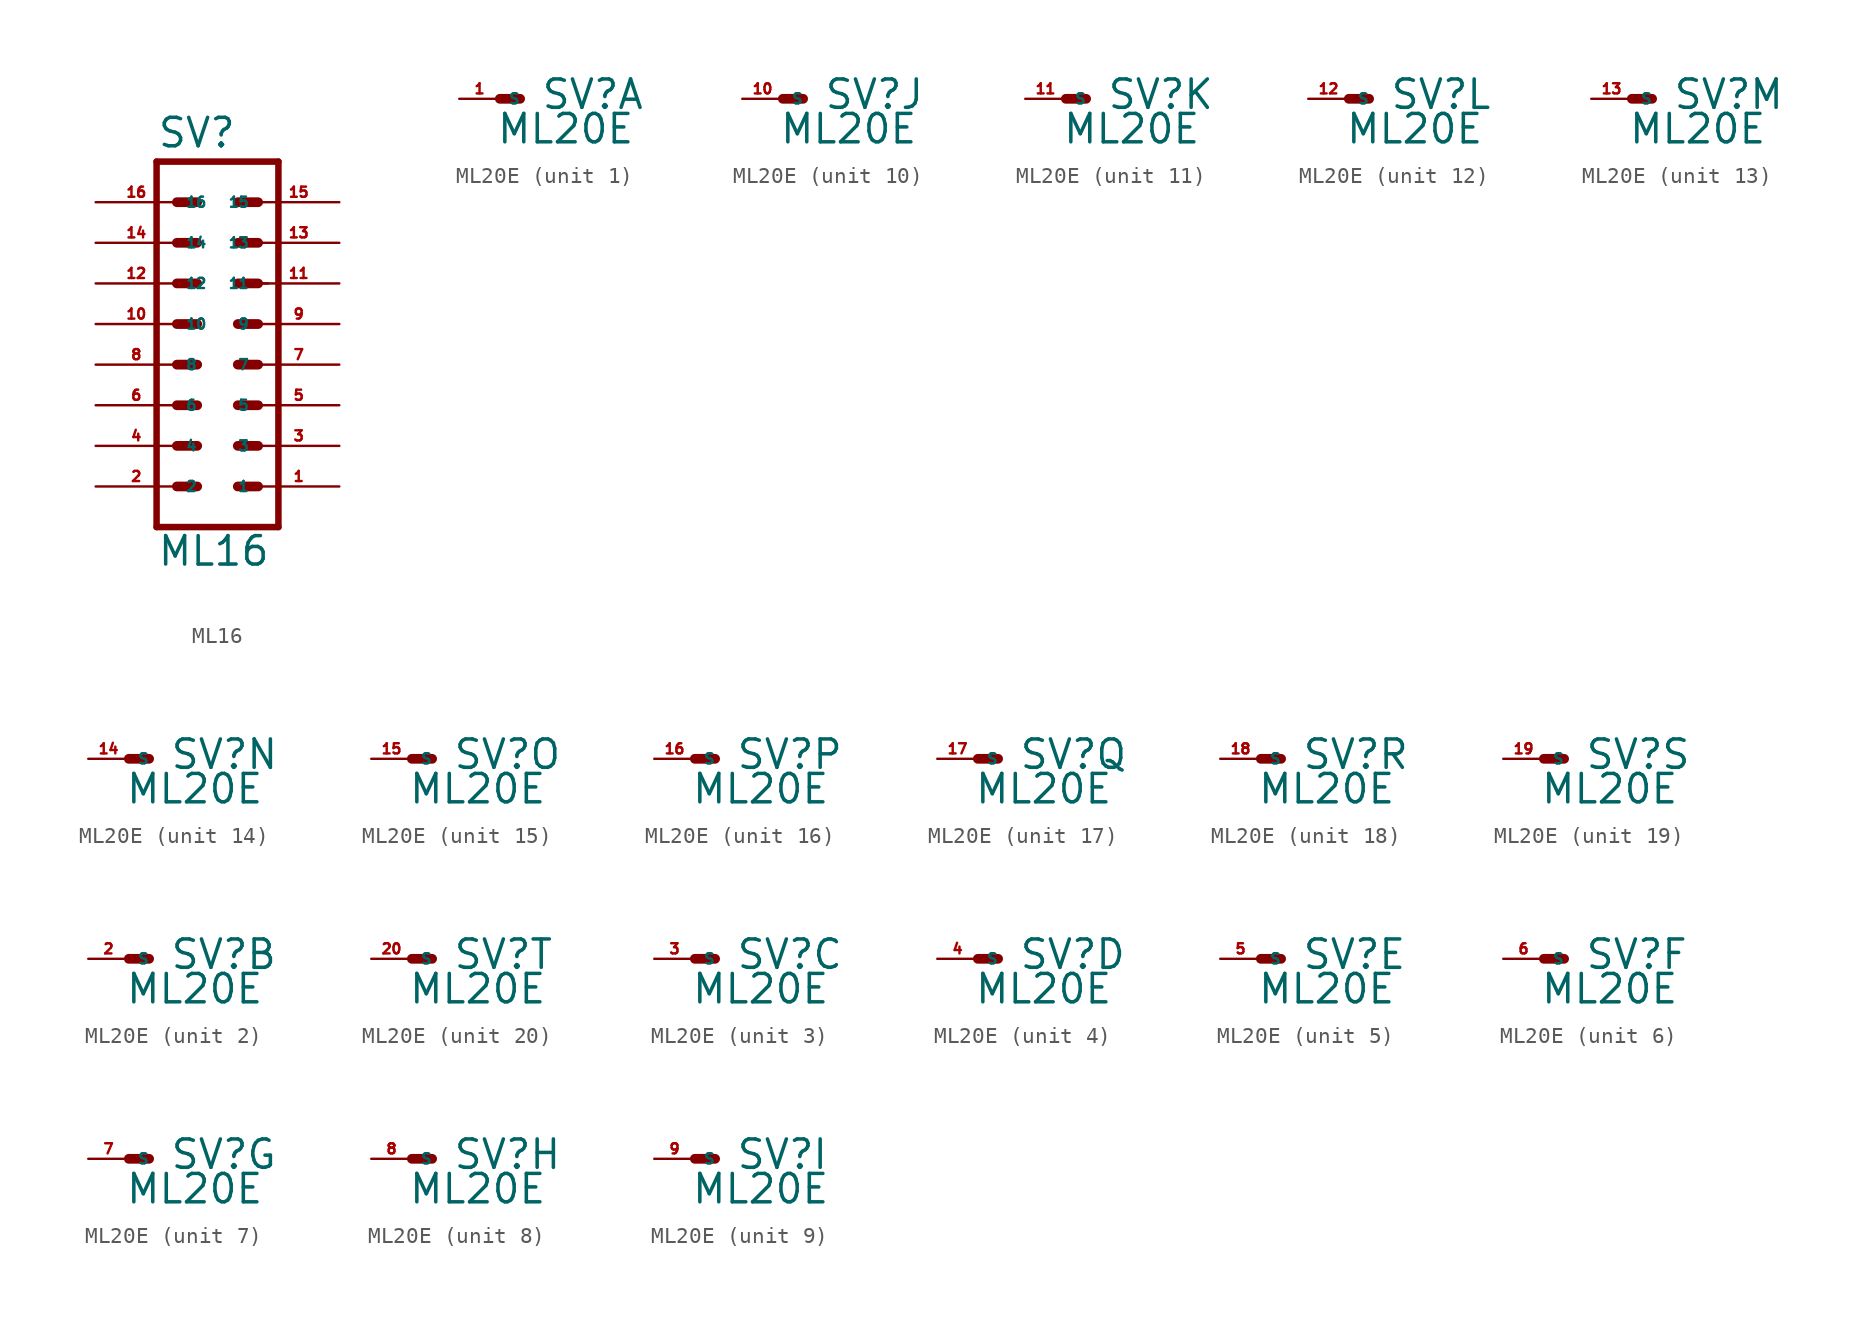
<source format=kicad_sym>
(kicad_symbol_lib
  (version 20220914)
  (generator Eagle2Kicad)
  (symbol "ML16"
    (property "Reference" "SV"
      (at -3.81 10.922 0)
      (effects (font (size 1.778 1.778) (thickness 0.22)) (justify left bottom)))
    (property "Value" "ML16"
      (at -3.81 -15.24 0)
      (effects (font (size 1.778 1.778) (thickness 0.22)) (justify left bottom)))
    (polyline
      (pts (xy 3.81 -12.7) (xy -3.81 -12.7))
      (stroke (width 0.406) (type default))
      (fill (type none)))
    (polyline
      (pts (xy -3.81 10.16) (xy -3.81 -12.7))
      (stroke (width 0.406) (type default))
      (fill (type none)))
    (polyline
      (pts (xy -3.81 10.16) (xy 3.81 10.16))
      (stroke (width 0.406) (type default))
      (fill (type none)))
    (polyline
      (pts (xy 3.81 -12.7) (xy 3.81 10.16))
      (stroke (width 0.406) (type default))
      (fill (type none)))
    (polyline
      (pts (xy 2.54 2.54) (xy 3.175 2.54))
      (stroke (width 0.152) (type default))
      (fill (type none)))
    (polyline
      (pts (xy 1.27 0) (xy 2.54 0))
      (stroke (width 0.61) (type default))
      (fill (type none)))
    (polyline
      (pts (xy 1.27 -2.54) (xy 2.54 -2.54))
      (stroke (width 0.61) (type default))
      (fill (type none)))
    (polyline
      (pts (xy 1.27 -5.08) (xy 2.54 -5.08))
      (stroke (width 0.61) (type default))
      (fill (type none)))
    (polyline
      (pts (xy 1.27 -7.62) (xy 2.54 -7.62))
      (stroke (width 0.61) (type default))
      (fill (type none)))
    (polyline
      (pts (xy 1.27 -10.16) (xy 2.54 -10.16))
      (stroke (width 0.61) (type default))
      (fill (type none)))
    (polyline
      (pts (xy -2.54 0) (xy -1.27 0))
      (stroke (width 0.61) (type default))
      (fill (type none)))
    (polyline
      (pts (xy -2.54 -2.54) (xy -1.27 -2.54))
      (stroke (width 0.61) (type default))
      (fill (type none)))
    (polyline
      (pts (xy -2.54 -5.08) (xy -1.27 -5.08))
      (stroke (width 0.61) (type default))
      (fill (type none)))
    (polyline
      (pts (xy -2.54 -7.62) (xy -1.27 -7.62))
      (stroke (width 0.61) (type default))
      (fill (type none)))
    (polyline
      (pts (xy -2.54 -10.16) (xy -1.27 -10.16))
      (stroke (width 0.61) (type default))
      (fill (type none)))
    (polyline
      (pts (xy 1.27 2.54) (xy 2.54 2.54))
      (stroke (width 0.61) (type default))
      (fill (type none)))
    (polyline
      (pts (xy 1.27 5.08) (xy 2.54 5.08))
      (stroke (width 0.61) (type default))
      (fill (type none)))
    (polyline
      (pts (xy 1.27 7.62) (xy 2.54 7.62))
      (stroke (width 0.61) (type default))
      (fill (type none)))
    (polyline
      (pts (xy -2.54 2.54) (xy -1.27 2.54))
      (stroke (width 0.61) (type default))
      (fill (type none)))
    (polyline
      (pts (xy -2.54 5.08) (xy -1.27 5.08))
      (stroke (width 0.61) (type default))
      (fill (type none)))
    (polyline
      (pts (xy -2.54 7.62) (xy -1.27 7.62))
      (stroke (width 0.61) (type default))
      (fill (type none)))
    (pin passive line
      (at 7.62 -10.16 180)
      (length 5.08)
      (name "1" (effects (font (size 0.635 0.635) (thickness 0.08)) (justify left bottom)))
      (number "1" (effects (font (size 0.635 0.635) (thickness 0.08)) (justify left bottom))))
    (pin passive line
      (at 7.62 -7.62 180)
      (length 5.08)
      (name "3" (effects (font (size 0.635 0.635) (thickness 0.08)) (justify left bottom)))
      (number "3" (effects (font (size 0.635 0.635) (thickness 0.08)) (justify left bottom))))
    (pin passive line
      (at 7.62 -5.08 180)
      (length 5.08)
      (name "5" (effects (font (size 0.635 0.635) (thickness 0.08)) (justify left bottom)))
      (number "5" (effects (font (size 0.635 0.635) (thickness 0.08)) (justify left bottom))))
    (pin passive line
      (at 7.62 -2.54 180)
      (length 5.08)
      (name "7" (effects (font (size 0.635 0.635) (thickness 0.08)) (justify left bottom)))
      (number "7" (effects (font (size 0.635 0.635) (thickness 0.08)) (justify left bottom))))
    (pin passive line
      (at 7.62 0 180)
      (length 5.08)
      (name "9" (effects (font (size 0.635 0.635) (thickness 0.08)) (justify left bottom)))
      (number "9" (effects (font (size 0.635 0.635) (thickness 0.08)) (justify left bottom))))
    (pin passive line
      (at 7.62 2.54 180)
      (length 5.08)
      (name "11" (effects (font (size 0.635 0.635) (thickness 0.08)) (justify left bottom)))
      (number "11" (effects (font (size 0.635 0.635) (thickness 0.08)) (justify left bottom))))
    (pin passive line
      (at 7.62 5.08 180)
      (length 5.08)
      (name "13" (effects (font (size 0.635 0.635) (thickness 0.08)) (justify left bottom)))
      (number "13" (effects (font (size 0.635 0.635) (thickness 0.08)) (justify left bottom))))
    (pin passive line
      (at 7.62 7.62 180)
      (length 5.08)
      (name "15" (effects (font (size 0.635 0.635) (thickness 0.08)) (justify left bottom)))
      (number "15" (effects (font (size 0.635 0.635) (thickness 0.08)) (justify left bottom))))
    (pin passive line
      (at -7.62 -10.16 0)
      (length 5.08)
      (name "2" (effects (font (size 0.635 0.635) (thickness 0.08)) (justify left bottom)))
      (number "2" (effects (font (size 0.635 0.635) (thickness 0.08)) (justify left bottom))))
    (pin passive line
      (at -7.62 -7.62 0)
      (length 5.08)
      (name "4" (effects (font (size 0.635 0.635) (thickness 0.08)) (justify left bottom)))
      (number "4" (effects (font (size 0.635 0.635) (thickness 0.08)) (justify left bottom))))
    (pin passive line
      (at -7.62 -5.08 0)
      (length 5.08)
      (name "6" (effects (font (size 0.635 0.635) (thickness 0.08)) (justify left bottom)))
      (number "6" (effects (font (size 0.635 0.635) (thickness 0.08)) (justify left bottom))))
    (pin passive line
      (at -7.62 -2.54 0)
      (length 5.08)
      (name "8" (effects (font (size 0.635 0.635) (thickness 0.08)) (justify left bottom)))
      (number "8" (effects (font (size 0.635 0.635) (thickness 0.08)) (justify left bottom))))
    (pin passive line
      (at -7.62 0 0)
      (length 5.08)
      (name "10" (effects (font (size 0.635 0.635) (thickness 0.08)) (justify left bottom)))
      (number "10" (effects (font (size 0.635 0.635) (thickness 0.08)) (justify left bottom))))
    (pin passive line
      (at -7.62 2.54 0)
      (length 5.08)
      (name "12" (effects (font (size 0.635 0.635) (thickness 0.08)) (justify left bottom)))
      (number "12" (effects (font (size 0.635 0.635) (thickness 0.08)) (justify left bottom))))
    (pin passive line
      (at -7.62 5.08 0)
      (length 5.08)
      (name "14" (effects (font (size 0.635 0.635) (thickness 0.08)) (justify left bottom)))
      (number "14" (effects (font (size 0.635 0.635) (thickness 0.08)) (justify left bottom))))
    (pin passive line
      (at -7.62 7.62 0)
      (length 5.08)
      (name "16" (effects (font (size 0.635 0.635) (thickness 0.08)) (justify left bottom)))
      (number "16" (effects (font (size 0.635 0.635) (thickness 0.08)) (justify left bottom)))))
  (symbol "ML20E"
    (property "Reference" "SV"
      (at 2.54 -0.762 0)
      (effects (font (size 1.778 1.778) (thickness 0.22)) (justify left bottom)))
    (property "Value" "ML20E"
      (at -0.254 -2.921 0)
      (effects (font (size 1.778 1.778) (thickness 0.22)) (justify left bottom)))
    (symbol "ML20E_1_0"
      (polyline (pts (xy 1.27 0) (xy 0 0)) (stroke (width 0.61) (type default)) (fill (type none)))
      (pin passive line (at -2.54 0 0) (length 2.54) (name "S" (effects (font (size 0.635 0.635) (thickness 0.08)) (justify left bottom))) (number "1" (effects (font (size 0.635 0.635) (thickness 0.08)) (justify left bottom)))))
    (symbol "ML20E_2_0"
      (polyline (pts (xy 1.27 0) (xy 0 0)) (stroke (width 0.61) (type default)) (fill (type none)))
      (pin passive line (at -2.54 0 0) (length 2.54) (name "S" (effects (font (size 0.635 0.635) (thickness 0.08)) (justify left bottom))) (number "2" (effects (font (size 0.635 0.635) (thickness 0.08)) (justify left bottom)))))
    (symbol "ML20E_3_0"
      (polyline (pts (xy 1.27 0) (xy 0 0)) (stroke (width 0.61) (type default)) (fill (type none)))
      (pin passive line (at -2.54 0 0) (length 2.54) (name "S" (effects (font (size 0.635 0.635) (thickness 0.08)) (justify left bottom))) (number "3" (effects (font (size 0.635 0.635) (thickness 0.08)) (justify left bottom)))))
    (symbol "ML20E_4_0"
      (polyline (pts (xy 1.27 0) (xy 0 0)) (stroke (width 0.61) (type default)) (fill (type none)))
      (pin passive line (at -2.54 0 0) (length 2.54) (name "S" (effects (font (size 0.635 0.635) (thickness 0.08)) (justify left bottom))) (number "4" (effects (font (size 0.635 0.635) (thickness 0.08)) (justify left bottom)))))
    (symbol "ML20E_5_0"
      (polyline (pts (xy 1.27 0) (xy 0 0)) (stroke (width 0.61) (type default)) (fill (type none)))
      (pin passive line (at -2.54 0 0) (length 2.54) (name "S" (effects (font (size 0.635 0.635) (thickness 0.08)) (justify left bottom))) (number "5" (effects (font (size 0.635 0.635) (thickness 0.08)) (justify left bottom)))))
    (symbol "ML20E_6_0"
      (polyline (pts (xy 1.27 0) (xy 0 0)) (stroke (width 0.61) (type default)) (fill (type none)))
      (pin passive line (at -2.54 0 0) (length 2.54) (name "S" (effects (font (size 0.635 0.635) (thickness 0.08)) (justify left bottom))) (number "6" (effects (font (size 0.635 0.635) (thickness 0.08)) (justify left bottom)))))
    (symbol "ML20E_7_0"
      (polyline (pts (xy 1.27 0) (xy 0 0)) (stroke (width 0.61) (type default)) (fill (type none)))
      (pin passive line (at -2.54 0 0) (length 2.54) (name "S" (effects (font (size 0.635 0.635) (thickness 0.08)) (justify left bottom))) (number "7" (effects (font (size 0.635 0.635) (thickness 0.08)) (justify left bottom)))))
    (symbol "ML20E_8_0"
      (polyline (pts (xy 1.27 0) (xy 0 0)) (stroke (width 0.61) (type default)) (fill (type none)))
      (pin passive line (at -2.54 0 0) (length 2.54) (name "S" (effects (font (size 0.635 0.635) (thickness 0.08)) (justify left bottom))) (number "8" (effects (font (size 0.635 0.635) (thickness 0.08)) (justify left bottom)))))
    (symbol "ML20E_9_0"
      (polyline (pts (xy 1.27 0) (xy 0 0)) (stroke (width 0.61) (type default)) (fill (type none)))
      (pin passive line (at -2.54 0 0) (length 2.54) (name "S" (effects (font (size 0.635 0.635) (thickness 0.08)) (justify left bottom))) (number "9" (effects (font (size 0.635 0.635) (thickness 0.08)) (justify left bottom)))))
    (symbol "ML20E_10_0"
      (polyline (pts (xy 1.27 0) (xy 0 0)) (stroke (width 0.61) (type default)) (fill (type none)))
      (pin passive line (at -2.54 0 0) (length 2.54) (name "S" (effects (font (size 0.635 0.635) (thickness 0.08)) (justify left bottom))) (number "10" (effects (font (size 0.635 0.635) (thickness 0.08)) (justify left bottom)))))
    (symbol "ML20E_11_0"
      (polyline (pts (xy 1.27 0) (xy 0 0)) (stroke (width 0.61) (type default)) (fill (type none)))
      (pin passive line (at -2.54 0 0) (length 2.54) (name "S" (effects (font (size 0.635 0.635) (thickness 0.08)) (justify left bottom))) (number "11" (effects (font (size 0.635 0.635) (thickness 0.08)) (justify left bottom)))))
    (symbol "ML20E_12_0"
      (polyline (pts (xy 1.27 0) (xy 0 0)) (stroke (width 0.61) (type default)) (fill (type none)))
      (pin passive line (at -2.54 0 0) (length 2.54) (name "S" (effects (font (size 0.635 0.635) (thickness 0.08)) (justify left bottom))) (number "12" (effects (font (size 0.635 0.635) (thickness 0.08)) (justify left bottom)))))
    (symbol "ML20E_13_0"
      (polyline (pts (xy 1.27 0) (xy 0 0)) (stroke (width 0.61) (type default)) (fill (type none)))
      (pin passive line (at -2.54 0 0) (length 2.54) (name "S" (effects (font (size 0.635 0.635) (thickness 0.08)) (justify left bottom))) (number "13" (effects (font (size 0.635 0.635) (thickness 0.08)) (justify left bottom)))))
    (symbol "ML20E_14_0"
      (polyline (pts (xy 1.27 0) (xy 0 0)) (stroke (width 0.61) (type default)) (fill (type none)))
      (pin passive line (at -2.54 0 0) (length 2.54) (name "S" (effects (font (size 0.635 0.635) (thickness 0.08)) (justify left bottom))) (number "14" (effects (font (size 0.635 0.635) (thickness 0.08)) (justify left bottom)))))
    (symbol "ML20E_15_0"
      (polyline (pts (xy 1.27 0) (xy 0 0)) (stroke (width 0.61) (type default)) (fill (type none)))
      (pin passive line (at -2.54 0 0) (length 2.54) (name "S" (effects (font (size 0.635 0.635) (thickness 0.08)) (justify left bottom))) (number "15" (effects (font (size 0.635 0.635) (thickness 0.08)) (justify left bottom)))))
    (symbol "ML20E_16_0"
      (polyline (pts (xy 1.27 0) (xy 0 0)) (stroke (width 0.61) (type default)) (fill (type none)))
      (pin passive line (at -2.54 0 0) (length 2.54) (name "S" (effects (font (size 0.635 0.635) (thickness 0.08)) (justify left bottom))) (number "16" (effects (font (size 0.635 0.635) (thickness 0.08)) (justify left bottom)))))
    (symbol "ML20E_17_0"
      (polyline (pts (xy 1.27 0) (xy 0 0)) (stroke (width 0.61) (type default)) (fill (type none)))
      (pin passive line (at -2.54 0 0) (length 2.54) (name "S" (effects (font (size 0.635 0.635) (thickness 0.08)) (justify left bottom))) (number "17" (effects (font (size 0.635 0.635) (thickness 0.08)) (justify left bottom)))))
    (symbol "ML20E_18_0"
      (polyline (pts (xy 1.27 0) (xy 0 0)) (stroke (width 0.61) (type default)) (fill (type none)))
      (pin passive line (at -2.54 0 0) (length 2.54) (name "S" (effects (font (size 0.635 0.635) (thickness 0.08)) (justify left bottom))) (number "18" (effects (font (size 0.635 0.635) (thickness 0.08)) (justify left bottom)))))
    (symbol "ML20E_19_0"
      (polyline (pts (xy 1.27 0) (xy 0 0)) (stroke (width 0.61) (type default)) (fill (type none)))
      (pin passive line (at -2.54 0 0) (length 2.54) (name "S" (effects (font (size 0.635 0.635) (thickness 0.08)) (justify left bottom))) (number "19" (effects (font (size 0.635 0.635) (thickness 0.08)) (justify left bottom)))))
    (symbol "ML20E_20_0"
      (polyline (pts (xy 1.27 0) (xy 0 0)) (stroke (width 0.61) (type default)) (fill (type none)))
      (pin passive line (at -2.54 0 0) (length 2.54) (name "S" (effects (font (size 0.635 0.635) (thickness 0.08)) (justify left bottom))) (number "20" (effects (font (size 0.635 0.635) (thickness 0.08)) (justify left bottom)))))))
</source>
